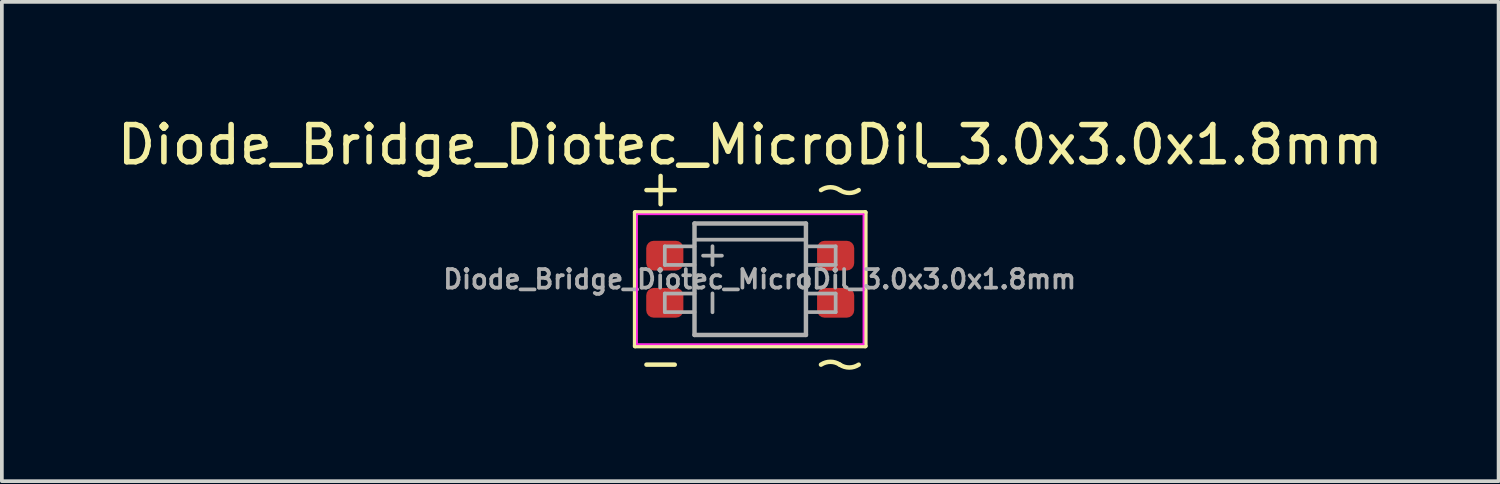
<source format=kicad_pcb>
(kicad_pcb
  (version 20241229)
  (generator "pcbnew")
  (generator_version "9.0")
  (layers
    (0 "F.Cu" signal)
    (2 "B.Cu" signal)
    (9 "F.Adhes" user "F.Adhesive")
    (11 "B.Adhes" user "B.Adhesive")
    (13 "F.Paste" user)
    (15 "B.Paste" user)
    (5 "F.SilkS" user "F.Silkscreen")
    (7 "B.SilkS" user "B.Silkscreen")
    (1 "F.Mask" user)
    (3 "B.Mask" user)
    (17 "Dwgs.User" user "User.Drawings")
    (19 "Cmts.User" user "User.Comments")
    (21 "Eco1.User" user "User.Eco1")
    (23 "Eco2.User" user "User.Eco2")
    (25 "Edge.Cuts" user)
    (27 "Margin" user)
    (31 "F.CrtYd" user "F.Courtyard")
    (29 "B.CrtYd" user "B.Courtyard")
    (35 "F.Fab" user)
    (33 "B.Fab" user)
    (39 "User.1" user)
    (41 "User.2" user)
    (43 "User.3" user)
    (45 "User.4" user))
  (footprint "Diode_Bridge_Diotec_MicroDil_3.0x3.0x1.8mm"
    (layer "F.Cu")
    (at 17.149 4.468)
    (property "Reference" "Diode_Bridge_Diotec_MicroDil_3.0x3.0x1.8mm" (at 0 -3.619 0) (layer "F.SilkS") (effects (font (size 1 1) (thickness 0.15))))
    (attr smd)
    (fp_line (start -3.1 -1.8) (end -3.1 1.8) (stroke (width 0.12) (type solid)) (layer "F.SilkS"))
    (fp_line (start -3.1 1.8) (end 3.1 1.8) (stroke (width 0.12) (type solid)) (layer "F.SilkS"))
    (fp_line (start -2.794 -2.4) (end -2.032 -2.4) (stroke (width 0.12) (type solid)) (layer "F.SilkS"))
    (fp_line (start -2.794 2.3) (end -2.032 2.3) (stroke (width 0.12) (type solid)) (layer "F.SilkS"))
    (fp_line (start -2.413 -2.781) (end -2.413 -2.019) (stroke (width 0.12) (type solid)) (layer "F.SilkS"))
    (fp_line (start 3.1 -1.8) (end -3.1 -1.8) (stroke (width 0.12) (type solid)) (layer "F.SilkS"))
    (fp_line (start 3.1 1.8) (end 3.1 -1.8) (stroke (width 0.12) (type solid)) (layer "F.SilkS"))
    (fp_arc (start 1.905001 -2.399999) (mid 2.159 -2.476904) (end 2.412999 -2.399999) (stroke (width 0.12) (type solid)) (layer "F.SilkS"))
    (fp_arc (start 1.905004 2.3) (mid 2.159003 2.223095) (end 2.413002 2.3) (stroke (width 0.12) (type solid)) (layer "F.SilkS"))
    (fp_arc (start 2.921 -2.4) (mid 2.667001 -2.323095) (end 2.413002 -2.4) (stroke (width 0.12) (type solid)) (layer "F.SilkS"))
    (fp_arc (start 2.921 2.3) (mid 2.667001 2.376905) (end 2.413002 2.3) (stroke (width 0.12) (type solid)) (layer "F.SilkS"))
    (fp_line (start -3.05 -1.75) (end -3.05 1.75) (stroke (width 0.05) (type solid)) (layer "F.CrtYd"))
    (fp_line (start -3.05 -1.75) (end 3.05 -1.75) (stroke (width 0.05) (type solid)) (layer "F.CrtYd"))
    (fp_line (start 3.05 1.75) (end -3.05 1.75) (stroke (width 0.05) (type solid)) (layer "F.CrtYd"))
    (fp_line (start 3.05 1.75) (end 3.05 -1.75) (stroke (width 0.05) (type solid)) (layer "F.CrtYd"))
    (fp_line (start -2.3 -0.885) (end -2.3 -0.385) (stroke (width 0.1) (type solid)) (layer "F.Fab"))
    (fp_line (start -2.3 -0.385) (end -1.5 -0.385) (stroke (width 0.1) (type solid)) (layer "F.Fab"))
    (fp_line (start -2.3 0.385) (end -2.3 0.885) (stroke (width 0.1) (type solid)) (layer "F.Fab"))
    (fp_line (start -2.3 0.885) (end -1.5 0.885) (stroke (width 0.1) (type solid)) (layer "F.Fab"))
    (fp_line (start -1.5 -1.5) (end -1.5 1.5) (stroke (width 0.12) (type solid)) (layer "F.Fab"))
    (fp_line (start -1.5 -1.065) (end 1.5 -1.065) (stroke (width 0.1) (type solid)) (layer "F.Fab"))
    (fp_line (start -1.5 -0.885) (end -2.3 -0.885) (stroke (width 0.1) (type solid)) (layer "F.Fab"))
    (fp_line (start -1.5 0.385) (end -2.3 0.385) (stroke (width 0.1) (type solid)) (layer "F.Fab"))
    (fp_line (start -1.5 1.5) (end 1.5 1.5) (stroke (width 0.12) (type solid)) (layer "F.Fab"))
    (fp_line (start -1.27 -0.635) (end -0.762 -0.635) (stroke (width 0.1) (type solid)) (layer "F.Fab"))
    (fp_line (start -1.016 -0.889) (end -1.016 -0.381) (stroke (width 0.1) (type solid)) (layer "F.Fab"))
    (fp_line (start -1.016 0.381) (end -1.016 0.889) (stroke (width 0.1) (type solid)) (layer "F.Fab"))
    (fp_line (start 1.5 -1.5) (end -1.5 -1.5) (stroke (width 0.12) (type solid)) (layer "F.Fab"))
    (fp_line (start 1.5 -0.385) (end 2.3 -0.385) (stroke (width 0.1) (type solid)) (layer "F.Fab"))
    (fp_line (start 1.5 0.885) (end 2.3 0.885) (stroke (width 0.1) (type solid)) (layer "F.Fab"))
    (fp_line (start 1.5 1.5) (end 1.5 -1.5) (stroke (width 0.12) (type solid)) (layer "F.Fab"))
    (fp_line (start 2.3 -0.885) (end 1.5 -0.885) (stroke (width 0.1) (type solid)) (layer "F.Fab"))
    (fp_line (start 2.3 -0.385) (end 2.3 -0.885) (stroke (width 0.1) (type solid)) (layer "F.Fab"))
    (fp_line (start 2.3 0.385) (end 1.5 0.385) (stroke (width 0.1) (type solid)) (layer "F.Fab"))
    (fp_line (start 2.3 0.885) (end 2.3 0.385) (stroke (width 0.1) (type solid)) (layer "F.Fab"))
    (fp_text user "${REFERENCE}" (at 0.254 0 0) (layer "F.Fab") (effects (font (size 0.5 0.5) (thickness 0.1))))
    (pad "1" smd roundrect (at -2.3 -0.635) (size 1 0.8) (layers "F.Cu" "F.Mask" "F.Paste") (roundrect_rratio 0.25))
    (pad "2" smd roundrect (at -2.3 0.635) (size 1 0.8) (layers "F.Cu" "F.Mask" "F.Paste") (roundrect_rratio 0.25))
    (pad "3" smd roundrect (at 2.3 0.635) (size 1 0.8) (layers "F.Cu" "F.Mask" "F.Paste") (roundrect_rratio 0.25))
    (pad "4" smd roundrect (at 2.3 -0.635) (size 1 0.8) (layers "F.Cu" "F.Mask" "F.Paste") (roundrect_rratio 0.25)))
  (gr_rect
    (start -3 -3)
    (end 37.298 9.905)
    (stroke (width 0.1) (type default))
    (fill no)
    (layer "Edge.Cuts")))
</source>
